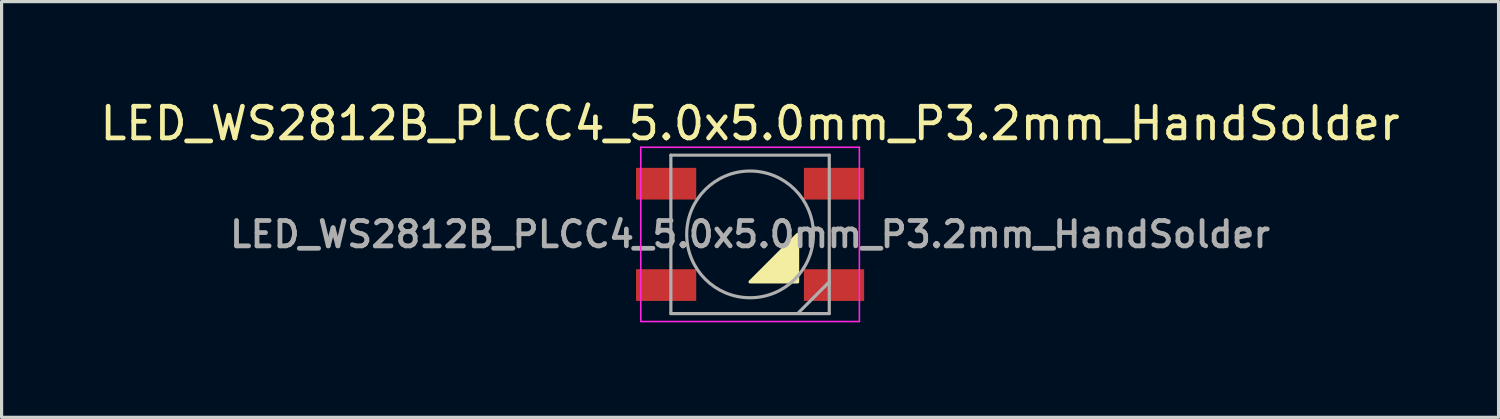
<source format=kicad_pcb>
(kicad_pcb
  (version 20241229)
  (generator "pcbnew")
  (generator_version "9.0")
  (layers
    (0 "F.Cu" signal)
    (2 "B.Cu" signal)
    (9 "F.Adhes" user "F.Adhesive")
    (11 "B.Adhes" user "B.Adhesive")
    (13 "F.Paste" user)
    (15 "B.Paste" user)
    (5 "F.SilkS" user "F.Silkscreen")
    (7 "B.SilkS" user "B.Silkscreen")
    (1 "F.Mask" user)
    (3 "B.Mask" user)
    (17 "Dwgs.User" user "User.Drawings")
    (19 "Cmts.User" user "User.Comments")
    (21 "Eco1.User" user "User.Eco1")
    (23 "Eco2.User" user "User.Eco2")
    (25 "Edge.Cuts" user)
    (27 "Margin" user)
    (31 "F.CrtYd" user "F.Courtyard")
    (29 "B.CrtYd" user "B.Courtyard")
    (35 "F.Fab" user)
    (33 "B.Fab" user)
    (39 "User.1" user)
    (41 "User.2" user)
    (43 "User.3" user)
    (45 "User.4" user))
  (footprint "LED_WS2812B_PLCC4_5.0x5.0mm_P3.2mm_HandSolder"
    (layer "F.Cu")
    (at 20.625 4.348)
    (property "Reference" "LED_WS2812B_PLCC4_5.0x5.0mm_P3.2mm_HandSolder" (at 0 -3.5 0) (layer "F.SilkS") (effects (font (size 1 1) (thickness 0.15))))
    (attr smd)
    (fp_poly (pts (xy 1.5 1.5) (xy 0 1.5) (xy 1.5 0)) (stroke (width 0.1) (type solid)) (fill yes) (layer "F.SilkS"))
    (fp_line (start -3.45 -2.75) (end -3.45 2.75) (stroke (width 0.05) (type solid)) (layer "F.CrtYd"))
    (fp_line (start -3.45 2.75) (end 3.45 2.75) (stroke (width 0.05) (type solid)) (layer "F.CrtYd"))
    (fp_line (start 3.45 -2.75) (end -3.45 -2.75) (stroke (width 0.05) (type solid)) (layer "F.CrtYd"))
    (fp_line (start 3.45 2.75) (end 3.45 -2.75) (stroke (width 0.05) (type solid)) (layer "F.CrtYd"))
    (fp_line (start -2.5 -2.5) (end -2.5 2.5) (stroke (width 0.1) (type solid)) (layer "F.Fab"))
    (fp_line (start -2.5 2.5) (end 2.5 2.5) (stroke (width 0.1) (type solid)) (layer "F.Fab"))
    (fp_line (start 2.5 -2.5) (end -2.5 -2.5) (stroke (width 0.1) (type solid)) (layer "F.Fab"))
    (fp_line (start 2.5 1.5) (end 1.5 2.5) (stroke (width 0.1) (type solid)) (layer "F.Fab"))
    (fp_line (start 2.5 2.5) (end 2.5 -2.5) (stroke (width 0.1) (type solid)) (layer "F.Fab"))
    (fp_circle (center 0 0) (end 0 -2) (stroke (width 0.1) (type solid)) (fill no) (layer "F.Fab"))
    (fp_text user "${REFERENCE}" (at 0 0 0) (layer "F.Fab") (effects (font (size 0.8 0.8) (thickness 0.15))))
    (pad "1" smd rect (at -2.65 -1.6) (size 1.9 1) (layers "F.Cu" "F.Mask" "F.Paste"))
    (pad "2" smd rect (at -2.65 1.6) (size 1.9 1) (layers "F.Cu" "F.Mask" "F.Paste"))
    (pad "3" smd rect (at 2.65 1.6) (size 1.9 1) (layers "F.Cu" "F.Mask" "F.Paste"))
    (pad "4" smd rect (at 2.65 -1.6) (size 1.9 1) (layers "F.Cu" "F.Mask" "F.Paste")))
  (gr_rect
    (start -3 -3)
    (end 44.25 10.123)
    (stroke (width 0.1) (type default))
    (fill no)
    (layer "Edge.Cuts")))
</source>
